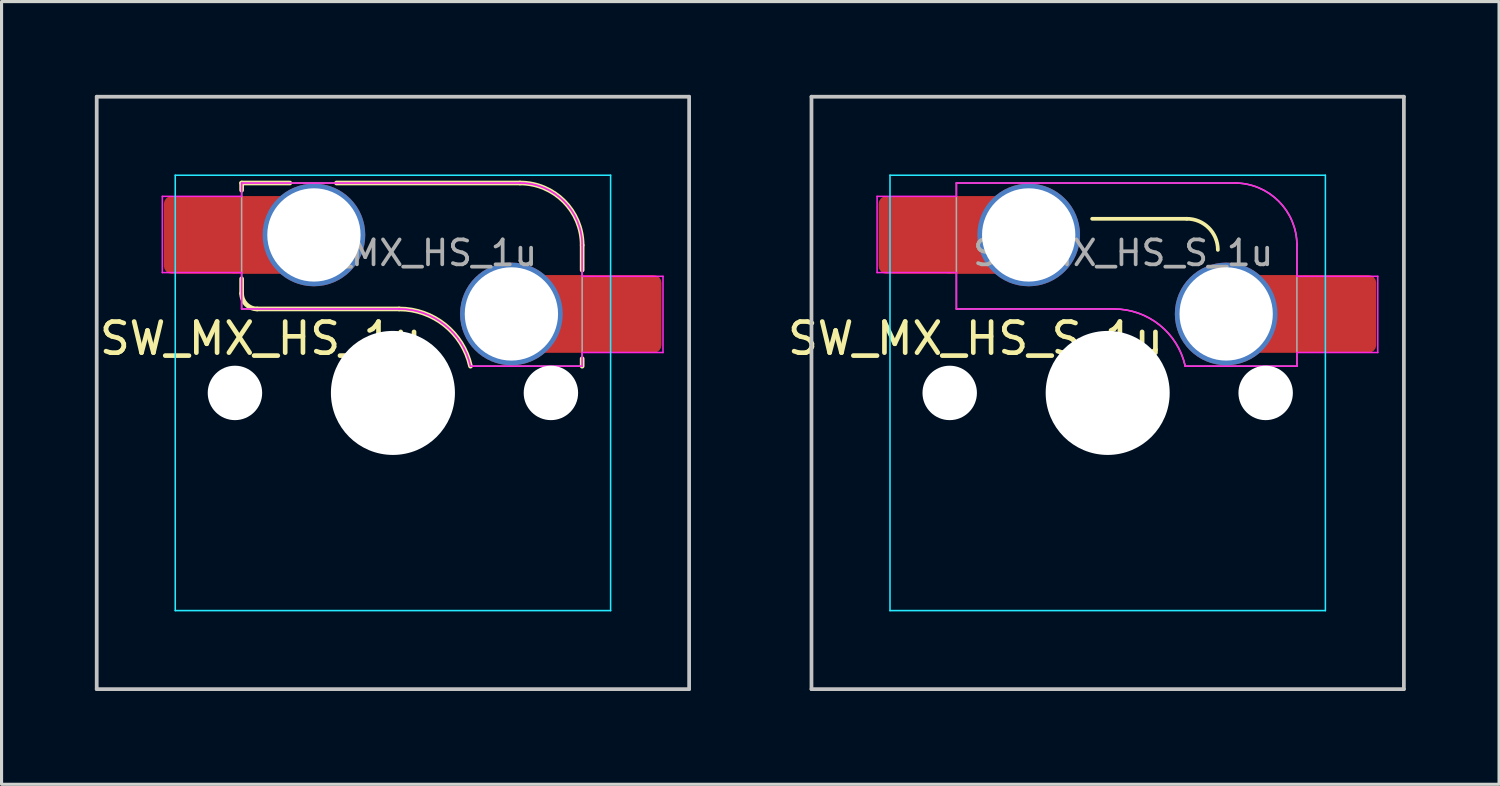
<source format=kicad_pcb>
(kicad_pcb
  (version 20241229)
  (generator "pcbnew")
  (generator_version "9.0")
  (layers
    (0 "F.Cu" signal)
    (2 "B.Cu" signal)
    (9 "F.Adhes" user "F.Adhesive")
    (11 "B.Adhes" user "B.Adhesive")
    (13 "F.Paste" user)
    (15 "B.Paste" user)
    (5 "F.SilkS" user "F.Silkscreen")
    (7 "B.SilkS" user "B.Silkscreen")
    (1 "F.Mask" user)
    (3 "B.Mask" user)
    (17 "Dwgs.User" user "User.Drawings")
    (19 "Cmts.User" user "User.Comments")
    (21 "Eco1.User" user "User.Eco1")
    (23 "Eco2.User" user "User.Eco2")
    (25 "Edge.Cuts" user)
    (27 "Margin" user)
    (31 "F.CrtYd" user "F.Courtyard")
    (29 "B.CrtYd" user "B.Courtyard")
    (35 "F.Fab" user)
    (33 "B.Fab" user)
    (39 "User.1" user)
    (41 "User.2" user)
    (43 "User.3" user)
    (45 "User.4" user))
  (footprint "SW_MX_HS_1u"
    (layer "F.Cu")
    (at 9.585 9.585)
    (property "Reference" "SW_MX_HS_1u" (at -4.25 -1.75 0) (layer "F.SilkS") (effects (font (size 1 1) (thickness 0.15))))
    (attr smd)
    (fp_line (start -4.865 -6.75) (end -4.865 -6.52) (stroke (width 0.15) (type solid)) (layer "F.SilkS"))
    (fp_line (start -4.865 -3.67) (end -4.865 -3.2) (stroke (width 0.15) (type solid)) (layer "F.SilkS"))
    (fp_line (start -4.365 -2.7) (end 0.2 -2.7) (stroke (width 0.15) (type solid)) (layer "F.SilkS"))
    (fp_line (start -3.315 -6.75) (end -4.865 -6.75) (stroke (width 0.15) (type solid)) (layer "F.SilkS"))
    (fp_line (start 4.085 -6.75) (end -1.815 -6.75) (stroke (width 0.15) (type solid)) (layer "F.SilkS"))
    (fp_line (start 6.085 -3.95) (end 6.085 -4.75) (stroke (width 0.15) (type solid)) (layer "F.SilkS"))
    (fp_line (start 6.085 -1.1) (end 6.085 -0.86) (stroke (width 0.15) (type solid)) (layer "F.SilkS"))
    (fp_arc (start -4.364824 -2.70022) (mid -4.718377 -2.846667) (end -4.864824 -3.20022) (stroke (width 0.15) (type solid)) (layer "F.SilkS"))
    (fp_arc (start 0.2 -2.70022) (mid 1.670693 -2.183637) (end 2.494322 -0.86022) (stroke (width 0.15) (type solid)) (layer "F.SilkS"))
    (fp_arc (start 4.085176 -6.75022) (mid 5.49939 -6.164434) (end 6.085176 -4.75022) (stroke (width 0.15) (type solid)) (layer "F.SilkS"))
    (fp_line (start -9.525 -9.525) (end 9.525 -9.525) (stroke (width 0.12) (type solid)) (layer "Dwgs.User"))
    (fp_line (start -9.525 9.525) (end -9.525 -9.525) (stroke (width 0.12) (type solid)) (layer "Dwgs.User"))
    (fp_line (start 9.525 -9.525) (end 9.525 9.525) (stroke (width 0.12) (type solid)) (layer "Dwgs.User"))
    (fp_line (start 9.525 9.525) (end -9.525 9.525) (stroke (width 0.12) (type solid)) (layer "Dwgs.User"))
    (fp_line (start -7 -6.5) (end -7 6.5) (stroke (width 0.05) (type solid)) (layer "Eco2.User"))
    (fp_line (start -6.5 7) (end 6.5 7) (stroke (width 0.05) (type solid)) (layer "Eco2.User"))
    (fp_line (start 6.5 -7) (end -6.5 -7) (stroke (width 0.05) (type solid)) (layer "Eco2.User"))
    (fp_line (start 7 6.5) (end 7 -6.5) (stroke (width 0.05) (type solid)) (layer "Eco2.User"))
    (fp_arc (start -7 -6.5) (mid -6.853553 -6.853553) (end -6.5 -7) (stroke (width 0.05) (type solid)) (layer "Eco2.User"))
    (fp_arc (start -6.497236 6.998884) (mid -6.850789 6.852437) (end -6.997236 6.498884) (stroke (width 0.05) (type solid)) (layer "Eco2.User"))
    (fp_arc (start 6.5 -7) (mid 6.853553 -6.853553) (end 7 -6.5) (stroke (width 0.05) (type solid)) (layer "Eco2.User"))
    (fp_arc (start 7 6.5) (mid 6.853553 6.853553) (end 6.5 7) (stroke (width 0.05) (type solid)) (layer "Eco2.User"))
    (fp_line (start -7 -7) (end 7 -7) (stroke (width 0.05) (type solid)) (layer "B.CrtYd"))
    (fp_line (start -7 7) (end -7 -7) (stroke (width 0.05) (type solid)) (layer "B.CrtYd"))
    (fp_line (start 7 -7) (end 7 7) (stroke (width 0.05) (type solid)) (layer "B.CrtYd"))
    (fp_line (start 7 7) (end -7 7) (stroke (width 0.05) (type solid)) (layer "B.CrtYd"))
    (fp_line (start -7.415 -6.32) (end -4.865 -6.32) (stroke (width 0.05) (type solid)) (layer "F.CrtYd"))
    (fp_line (start -7.415 -3.87) (end -7.415 -6.32) (stroke (width 0.05) (type solid)) (layer "F.CrtYd"))
    (fp_line (start -4.865 -6.75) (end -4.865 -6.32) (stroke (width 0.05) (type solid)) (layer "F.CrtYd"))
    (fp_line (start -4.865 -3.87) (end -7.415 -3.87) (stroke (width 0.05) (type solid)) (layer "F.CrtYd"))
    (fp_line (start -4.865 -3.87) (end -4.865 -2.7) (stroke (width 0.05) (type solid)) (layer "F.CrtYd"))
    (fp_line (start -4.865 -2.7) (end 0.2 -2.7) (stroke (width 0.05) (type solid)) (layer "F.CrtYd"))
    (fp_line (start 4.085 -6.75) (end -4.865 -6.75) (stroke (width 0.05) (type solid)) (layer "F.CrtYd"))
    (fp_line (start 6.085 -3.75) (end 6.085 -4.75) (stroke (width 0.05) (type solid)) (layer "F.CrtYd"))
    (fp_line (start 6.085 -3.75) (end 8.685 -3.75) (stroke (width 0.05) (type solid)) (layer "F.CrtYd"))
    (fp_line (start 6.085 -1.3) (end 6.085 -0.86) (stroke (width 0.05) (type solid)) (layer "F.CrtYd"))
    (fp_line (start 6.085 -0.86) (end 2.494 -0.86) (stroke (width 0.05) (type solid)) (layer "F.CrtYd"))
    (fp_line (start 8.685 -3.75) (end 8.685 -1.3) (stroke (width 0.05) (type solid)) (layer "F.CrtYd"))
    (fp_line (start 8.685 -1.3) (end 6.085 -1.3) (stroke (width 0.05) (type solid)) (layer "F.CrtYd"))
    (fp_arc (start 0.2 -2.70022) (mid 1.670503 -2.183399) (end 2.494322 -0.86022) (stroke (width 0.05) (type solid)) (layer "F.CrtYd"))
    (fp_arc (start 4.085176 -6.75022) (mid 5.49939 -6.164434) (end 6.085176 -4.75022) (stroke (width 0.05) (type solid)) (layer "F.CrtYd"))
    (fp_line (start -4.865 -6.75) (end -4.865 -2.7) (stroke (width 0.05) (type solid)) (layer "F.Fab"))
    (fp_line (start -4.865 -2.7) (end 0.2 -2.7) (stroke (width 0.05) (type solid)) (layer "F.Fab"))
    (fp_line (start 4.085 -6.75) (end -4.865 -6.75) (stroke (width 0.05) (type solid)) (layer "F.Fab"))
    (fp_line (start 6.085 -0.86) (end 2.494 -0.86) (stroke (width 0.05) (type solid)) (layer "F.Fab"))
    (fp_line (start 6.085 -0.86) (end 6.085 -4.75) (stroke (width 0.05) (type solid)) (layer "F.Fab"))
    (fp_arc (start 0.2 -2.70022) (mid 1.670503 -2.183399) (end 2.494322 -0.86022) (stroke (width 0.05) (type solid)) (layer "F.Fab"))
    (fp_arc (start 4.085176 -6.75022) (mid 5.49939 -6.164434) (end 6.085176 -4.75022) (stroke (width 0.05) (type solid)) (layer "F.Fab"))
    (fp_text user "${REFERENCE}" (at 0.5 -4.5 0) (layer "F.Fab") (effects (font (size 0.8 0.8) (thickness 0.12))))
    (pad "" np_thru_hole circle (at -5.08 0) (size 1.75 1.75) (drill 1.75) (layers "*.Cu" "*.Mask"))
    (pad "" np_thru_hole circle (at 0 0) (size 3.988 3.988) (drill 3.988) (layers "*.Cu" "*.Mask"))
    (pad "" np_thru_hole circle (at 5.08 0) (size 1.75 1.75) (drill 1.75) (layers "*.Cu" "*.Mask"))
    (pad "1" thru_hole circle (at 3.81 -2.54) (size 3.3 3.3) (drill 3) (layers "*.Cu" "*.Mask"))
    (pad "1" smd rect (at 5.635 -2.54 180) (size 1.65 2.5) (layers "F.Cu"))
    (pad "1" smd roundrect (at 7.36 -2.54) (size 2.55 2.5) (layers "F.Cu" "F.Mask" "F.Paste") (roundrect_rratio 0.1))
    (pad "2" smd roundrect (at -6.09 -5.08) (size 2.55 2.5) (layers "F.Cu" "F.Mask" "F.Paste") (roundrect_rratio 0.1))
    (pad "2" smd rect (at -4.34 -5.08) (size 1.65 2.5) (layers "F.Cu"))
    (pad "2" thru_hole circle (at -2.54 -5.08) (size 3.3 3.3) (drill 3) (layers "*.Cu" "*.Mask")))
  (footprint "SW_MX_HS_S_1u"
    (layer "F.Cu")
    (at 32.569 9.585)
    (property "Reference" "SW_MX_HS_S_1u" (at -4.25 -1.75 0) (layer "F.SilkS") (effects (font (size 1 1) (thickness 0.15))))
    (attr smd)
    (fp_line (start -0.5 -5.6) (end 2.543 -5.6) (stroke (width 0.12) (type solid)) (layer "F.SilkS"))
    (fp_arc (start 2.542893 -5.6) (mid 3.25 -5.307107) (end 3.542893 -4.6) (stroke (width 0.12) (type solid)) (layer "F.SilkS"))
    (fp_line (start -9.525 -9.525) (end 9.525 -9.525) (stroke (width 0.12) (type solid)) (layer "Dwgs.User"))
    (fp_line (start -9.525 9.525) (end -9.525 -9.525) (stroke (width 0.12) (type solid)) (layer "Dwgs.User"))
    (fp_line (start 9.525 -9.525) (end 9.525 9.525) (stroke (width 0.12) (type solid)) (layer "Dwgs.User"))
    (fp_line (start 9.525 9.525) (end -9.525 9.525) (stroke (width 0.12) (type solid)) (layer "Dwgs.User"))
    (fp_line (start -7 -6.5) (end -7 6.5) (stroke (width 0.05) (type solid)) (layer "Eco2.User"))
    (fp_line (start -6.5 7) (end 6.5 7) (stroke (width 0.05) (type solid)) (layer "Eco2.User"))
    (fp_line (start 6.5 -7) (end -6.5 -7) (stroke (width 0.05) (type solid)) (layer "Eco2.User"))
    (fp_line (start 7 6.5) (end 7 -6.5) (stroke (width 0.05) (type solid)) (layer "Eco2.User"))
    (fp_arc (start -7 -6.5) (mid -6.853553 -6.853553) (end -6.5 -7) (stroke (width 0.05) (type solid)) (layer "Eco2.User"))
    (fp_arc (start -6.497236 6.998884) (mid -6.850789 6.852437) (end -6.997236 6.498884) (stroke (width 0.05) (type solid)) (layer "Eco2.User"))
    (fp_arc (start 6.5 -7) (mid 6.853553 -6.853553) (end 7 -6.5) (stroke (width 0.05) (type solid)) (layer "Eco2.User"))
    (fp_arc (start 7 6.5) (mid 6.853553 6.853553) (end 6.5 7) (stroke (width 0.05) (type solid)) (layer "Eco2.User"))
    (fp_line (start -7 -7) (end 7 -7) (stroke (width 0.05) (type solid)) (layer "B.CrtYd"))
    (fp_line (start -7 7) (end -7 -7) (stroke (width 0.05) (type solid)) (layer "B.CrtYd"))
    (fp_line (start 7 -7) (end 7 7) (stroke (width 0.05) (type solid)) (layer "B.CrtYd"))
    (fp_line (start 7 7) (end -7 7) (stroke (width 0.05) (type solid)) (layer "B.CrtYd"))
    (fp_line (start -7.415 -6.32) (end -4.865 -6.32) (stroke (width 0.05) (type solid)) (layer "F.CrtYd"))
    (fp_line (start -7.415 -3.87) (end -7.415 -6.32) (stroke (width 0.05) (type solid)) (layer "F.CrtYd"))
    (fp_line (start -4.865 -6.75) (end -4.865 -6.32) (stroke (width 0.05) (type solid)) (layer "F.CrtYd"))
    (fp_line (start -4.865 -3.87) (end -7.415 -3.87) (stroke (width 0.05) (type solid)) (layer "F.CrtYd"))
    (fp_line (start -4.865 -3.87) (end -4.865 -2.7) (stroke (width 0.05) (type solid)) (layer "F.CrtYd"))
    (fp_line (start -4.865 -2.7) (end 0.2 -2.7) (stroke (width 0.05) (type solid)) (layer "F.CrtYd"))
    (fp_line (start 4.085 -6.75) (end -4.865 -6.75) (stroke (width 0.05) (type solid)) (layer "F.CrtYd"))
    (fp_line (start 6.085 -3.75) (end 6.085 -4.75) (stroke (width 0.05) (type solid)) (layer "F.CrtYd"))
    (fp_line (start 6.085 -3.75) (end 8.685 -3.75) (stroke (width 0.05) (type solid)) (layer "F.CrtYd"))
    (fp_line (start 6.085 -1.3) (end 6.085 -0.86) (stroke (width 0.05) (type solid)) (layer "F.CrtYd"))
    (fp_line (start 6.085 -0.86) (end 2.494 -0.86) (stroke (width 0.05) (type solid)) (layer "F.CrtYd"))
    (fp_line (start 8.685 -3.75) (end 8.685 -1.3) (stroke (width 0.05) (type solid)) (layer "F.CrtYd"))
    (fp_line (start 8.685 -1.3) (end 6.085 -1.3) (stroke (width 0.05) (type solid)) (layer "F.CrtYd"))
    (fp_arc (start 0.2 -2.70022) (mid 1.670503 -2.183399) (end 2.494322 -0.86022) (stroke (width 0.05) (type solid)) (layer "F.CrtYd"))
    (fp_arc (start 4.085176 -6.75022) (mid 5.49939 -6.164434) (end 6.085176 -4.75022) (stroke (width 0.05) (type solid)) (layer "F.CrtYd"))
    (fp_line (start -4.865 -6.75) (end -4.865 -2.7) (stroke (width 0.05) (type solid)) (layer "F.Fab"))
    (fp_line (start -4.865 -2.7) (end 0.2 -2.7) (stroke (width 0.05) (type solid)) (layer "F.Fab"))
    (fp_line (start 4.085 -6.75) (end -4.865 -6.75) (stroke (width 0.05) (type solid)) (layer "F.Fab"))
    (fp_line (start 6.085 -0.86) (end 2.494 -0.86) (stroke (width 0.05) (type solid)) (layer "F.Fab"))
    (fp_line (start 6.085 -0.86) (end 6.085 -4.75) (stroke (width 0.05) (type solid)) (layer "F.Fab"))
    (fp_arc (start 0.2 -2.70022) (mid 1.670503 -2.183399) (end 2.494322 -0.86022) (stroke (width 0.05) (type solid)) (layer "F.Fab"))
    (fp_arc (start 4.085176 -6.75022) (mid 5.49939 -6.164434) (end 6.085176 -4.75022) (stroke (width 0.05) (type solid)) (layer "F.Fab"))
    (fp_text user "${REFERENCE}" (at 0.5 -4.5 0) (layer "F.Fab") (effects (font (size 0.8 0.8) (thickness 0.12))))
    (pad "" np_thru_hole circle (at -5.08 0) (size 1.75 1.75) (drill 1.75) (layers "*.Cu" "*.Mask"))
    (pad "" np_thru_hole circle (at 0 0) (size 3.988 3.988) (drill 3.988) (layers "*.Cu" "*.Mask"))
    (pad "" np_thru_hole circle (at 5.08 0) (size 1.75 1.75) (drill 1.75) (layers "*.Cu" "*.Mask"))
    (pad "1" thru_hole circle (at 3.81 -2.54) (size 3.3 3.3) (drill 3) (layers "*.Cu" "*.Mask"))
    (pad "1" smd rect (at 5.635 -2.54 180) (size 1.65 2.5) (layers "F.Cu"))
    (pad "1" smd roundrect (at 7.36 -2.54) (size 2.55 2.5) (layers "F.Cu" "F.Mask" "F.Paste") (roundrect_rratio 0.1))
    (pad "2" smd roundrect (at -6.09 -5.08) (size 2.55 2.5) (layers "F.Cu" "F.Mask" "F.Paste") (roundrect_rratio 0.1))
    (pad "2" smd rect (at -4.34 -5.08) (size 1.65 2.5) (layers "F.Cu"))
    (pad "2" thru_hole circle (at -2.54 -5.08) (size 3.3 3.3) (drill 3) (layers "*.Cu" "*.Mask")))
  (gr_rect
    (start -3 -3)
    (end 45.154 22.17)
    (stroke (width 0.1) (type default))
    (fill no)
    (layer "Edge.Cuts")))
</source>
